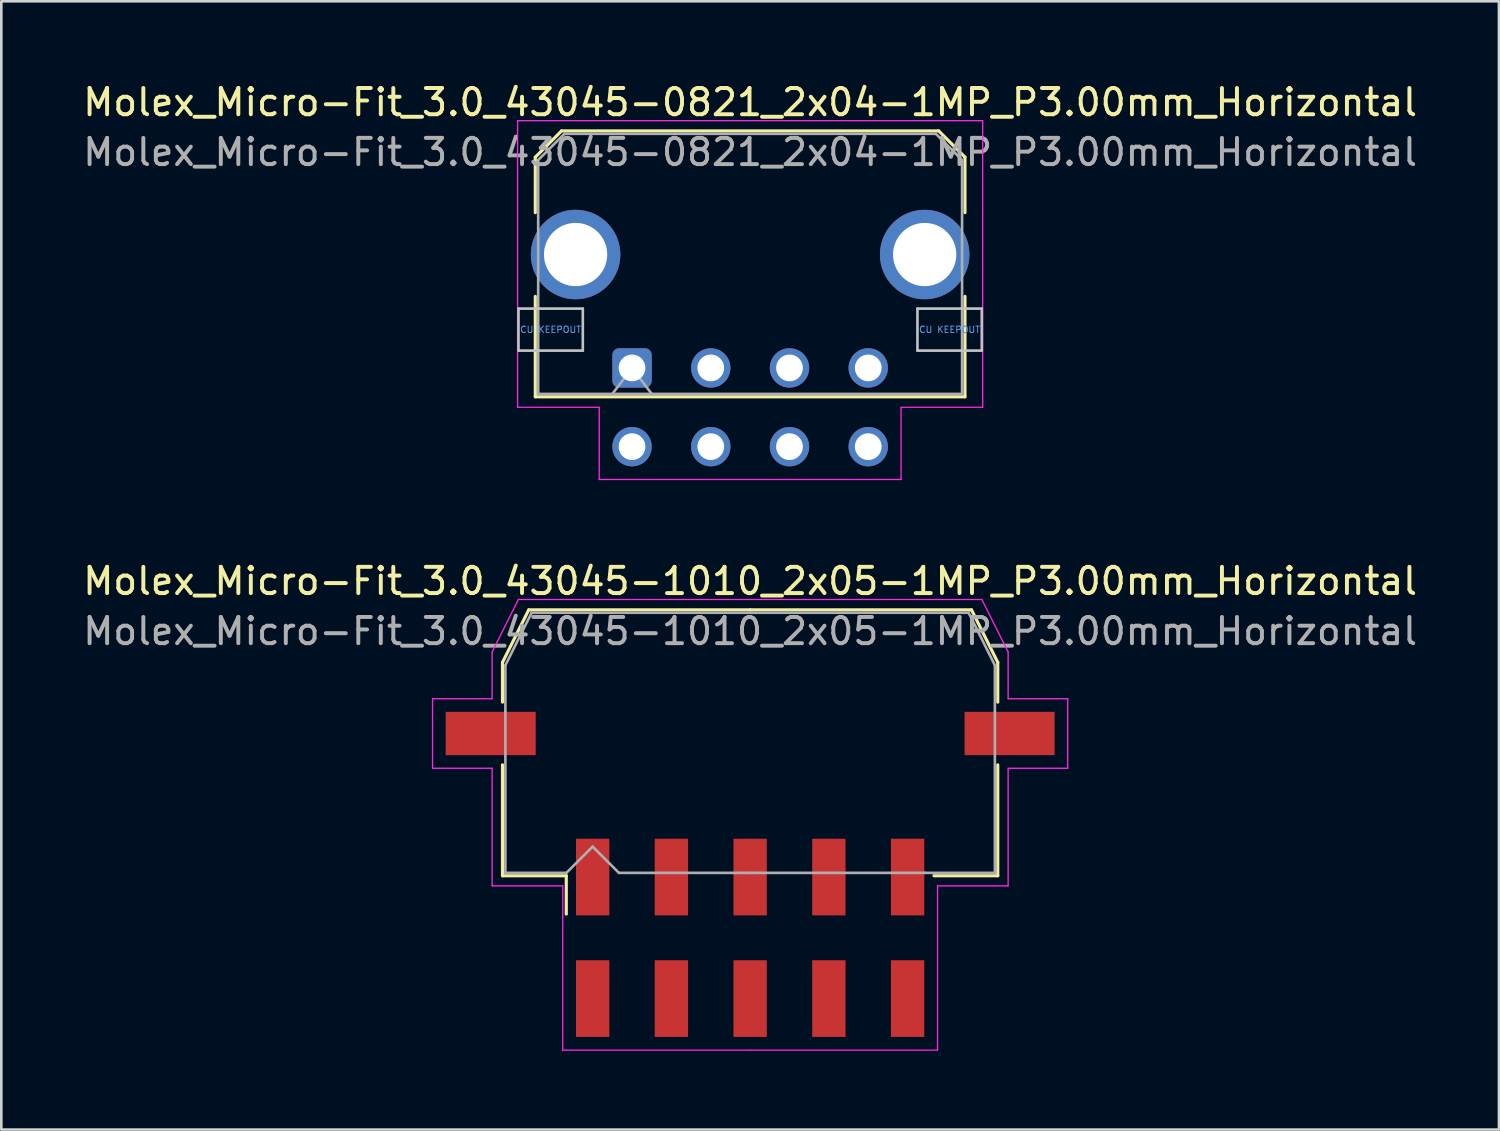
<source format=kicad_pcb>
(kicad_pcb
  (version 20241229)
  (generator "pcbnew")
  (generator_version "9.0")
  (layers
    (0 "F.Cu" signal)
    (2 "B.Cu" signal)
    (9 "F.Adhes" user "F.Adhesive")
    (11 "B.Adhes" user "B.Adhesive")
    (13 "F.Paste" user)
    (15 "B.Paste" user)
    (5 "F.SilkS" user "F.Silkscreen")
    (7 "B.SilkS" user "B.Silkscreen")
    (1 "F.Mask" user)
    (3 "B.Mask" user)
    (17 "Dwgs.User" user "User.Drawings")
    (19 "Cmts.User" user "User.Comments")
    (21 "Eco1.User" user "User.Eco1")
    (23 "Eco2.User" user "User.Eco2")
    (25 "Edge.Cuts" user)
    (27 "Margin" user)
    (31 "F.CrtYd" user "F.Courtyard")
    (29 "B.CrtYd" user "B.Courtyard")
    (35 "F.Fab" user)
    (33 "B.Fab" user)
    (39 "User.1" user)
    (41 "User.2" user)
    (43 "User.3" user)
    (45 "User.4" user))
  (footprint "Molex_Micro-Fit_3.0_43045-0821_2x04-1MP_P3.00mm_Horizontal"
    (layer "F.Cu")
    (at 21.03 10.968)
    (property "Reference" "Molex_Micro-Fit_3.0_43045-0821_2x04-1MP_P3.00mm_Horizontal" (at 4.5 -10.12 0) (layer "F.SilkS") (effects (font (size 1 1) (thickness 0.15))))
    (attr through_hole)
    (fp_line (start -3.685 -8.03) (end -2.685 -9.03) (stroke (width 0.12) (type solid)) (layer "F.SilkS"))
    (fp_line (start -3.685 -5.915) (end -3.685 -8.03) (stroke (width 0.12) (type solid)) (layer "F.SilkS"))
    (fp_line (start -3.685 -2.725) (end -3.685 1.1) (stroke (width 0.12) (type solid)) (layer "F.SilkS"))
    (fp_line (start -3.685 1.1) (end 12.685 1.1) (stroke (width 0.12) (type solid)) (layer "F.SilkS"))
    (fp_line (start -2.685 -9.03) (end 11.685 -9.03) (stroke (width 0.12) (type solid)) (layer "F.SilkS"))
    (fp_line (start 11.685 -9.03) (end 12.685 -8.03) (stroke (width 0.12) (type solid)) (layer "F.SilkS"))
    (fp_line (start 12.685 -8.03) (end 12.685 -5.915) (stroke (width 0.12) (type solid)) (layer "F.SilkS"))
    (fp_line (start 12.685 1.1) (end 12.685 -2.725) (stroke (width 0.12) (type solid)) (layer "F.SilkS"))
    (fp_line (start -4.325 -2.26) (end -4.325 -0.66) (stroke (width 0.1) (type solid)) (layer "Dwgs.User"))
    (fp_line (start -4.325 -0.66) (end -1.875 -0.66) (stroke (width 0.1) (type solid)) (layer "Dwgs.User"))
    (fp_line (start -1.875 -2.26) (end -4.325 -2.26) (stroke (width 0.1) (type solid)) (layer "Dwgs.User"))
    (fp_line (start -1.875 -0.66) (end -1.875 -2.26) (stroke (width 0.1) (type solid)) (layer "Dwgs.User"))
    (fp_line (start 10.875 -2.26) (end 10.875 -0.66) (stroke (width 0.1) (type solid)) (layer "Dwgs.User"))
    (fp_line (start 10.875 -0.66) (end 13.325 -0.66) (stroke (width 0.1) (type solid)) (layer "Dwgs.User"))
    (fp_line (start 13.325 -2.26) (end 10.875 -2.26) (stroke (width 0.1) (type solid)) (layer "Dwgs.User"))
    (fp_line (start 13.325 -0.66) (end 13.325 -2.26) (stroke (width 0.1) (type solid)) (layer "Dwgs.User"))
    (fp_line (start -4.36 -9.42) (end 13.36 -9.42) (stroke (width 0.05) (type solid)) (layer "F.CrtYd"))
    (fp_line (start -4.36 1.5) (end -4.36 -9.42) (stroke (width 0.05) (type solid)) (layer "F.CrtYd"))
    (fp_line (start -1.25 1.5) (end -4.36 1.5) (stroke (width 0.05) (type solid)) (layer "F.CrtYd"))
    (fp_line (start -1.25 4.25) (end -1.25 1.5) (stroke (width 0.05) (type solid)) (layer "F.CrtYd"))
    (fp_line (start 10.25 1.5) (end 10.25 4.25) (stroke (width 0.05) (type solid)) (layer "F.CrtYd"))
    (fp_line (start 10.25 4.25) (end -1.25 4.25) (stroke (width 0.05) (type solid)) (layer "F.CrtYd"))
    (fp_line (start 13.36 -9.42) (end 13.36 1.5) (stroke (width 0.05) (type solid)) (layer "F.CrtYd"))
    (fp_line (start 13.36 1.5) (end 10.25 1.5) (stroke (width 0.05) (type solid)) (layer "F.CrtYd"))
    (fp_line (start -3.575 -7.92) (end -2.575 -8.92) (stroke (width 0.1) (type solid)) (layer "F.Fab"))
    (fp_line (start -3.575 0.99) (end -3.575 -7.92) (stroke (width 0.1) (type solid)) (layer "F.Fab"))
    (fp_line (start -2.575 -8.92) (end 11.575 -8.92) (stroke (width 0.1) (type solid)) (layer "F.Fab"))
    (fp_line (start -0.75 0.99) (end 0 0) (stroke (width 0.1) (type solid)) (layer "F.Fab"))
    (fp_line (start 0 0) (end 0.75 0.99) (stroke (width 0.1) (type solid)) (layer "F.Fab"))
    (fp_line (start 11.575 -8.92) (end 12.575 -7.92) (stroke (width 0.1) (type solid)) (layer "F.Fab"))
    (fp_line (start 12.575 -7.92) (end 12.575 0.99) (stroke (width 0.1) (type solid)) (layer "F.Fab"))
    (fp_line (start 12.575 0.99) (end -3.575 0.99) (stroke (width 0.1) (type solid)) (layer "F.Fab"))
    (fp_text user "CU KEEPOUT" (at 12.1 -1.46 0) (layer "Cmts.User") (effects (font (size 0.245 0.245) (thickness 0.037))))
    (fp_text user "CU KEEPOUT" (at -3.1 -1.46 0) (layer "Cmts.User") (effects (font (size 0.245 0.245) (thickness 0.037))))
    (fp_text user "${REFERENCE}" (at 4.5 -8.22 0) (layer "F.Fab") (effects (font (size 1 1) (thickness 0.15))))
    (pad "1" thru_hole roundrect (at 0 0) (size 1.5 1.5) (drill 1.02) (layers "*.Cu" "*.Mask") (roundrect_rratio 0.167))
    (pad "2" thru_hole circle (at 3 0) (size 1.5 1.5) (drill 1.02) (layers "*.Cu" "*.Mask"))
    (pad "3" thru_hole circle (at 6 0) (size 1.5 1.5) (drill 1.02) (layers "*.Cu" "*.Mask"))
    (pad "4" thru_hole circle (at 9 0) (size 1.5 1.5) (drill 1.02) (layers "*.Cu" "*.Mask"))
    (pad "5" thru_hole circle (at 0 3) (size 1.5 1.5) (drill 1.02) (layers "*.Cu" "*.Mask"))
    (pad "6" thru_hole circle (at 3 3) (size 1.5 1.5) (drill 1.02) (layers "*.Cu" "*.Mask"))
    (pad "7" thru_hole circle (at 6 3) (size 1.5 1.5) (drill 1.02) (layers "*.Cu" "*.Mask"))
    (pad "8" thru_hole circle (at 9 3) (size 1.5 1.5) (drill 1.02) (layers "*.Cu" "*.Mask"))
    (pad "MP" thru_hole circle (at -2.15 -4.32) (size 3.41 3.41) (drill 2.41) (layers "*.Cu" "*.Mask"))
    (pad "MP" thru_hole circle (at 11.15 -4.32) (size 3.41 3.41) (drill 2.41) (layers "*.Cu" "*.Mask")))
  (footprint "Molex_Micro-Fit_3.0_43045-1010_2x05-1MP_P3.00mm_Horizontal"
    (layer "F.Cu")
    (at 25.53 32.681)
    (property "Reference" "Molex_Micro-Fit_3.0_43045-1010_2x05-1MP_P3.00mm_Horizontal" (at 0 -13.59 0) (layer "F.SilkS") (effects (font (size 1 1) (thickness 0.15))))
    (attr smd)
    (fp_line (start -9.435 -10.495) (end -9.435 -8.98) (stroke (width 0.12) (type solid)) (layer "F.SilkS"))
    (fp_line (start -9.435 -6.59) (end -9.435 -2.365) (stroke (width 0.12) (type solid)) (layer "F.SilkS"))
    (fp_line (start -9.435 -2.365) (end -7.005 -2.365) (stroke (width 0.12) (type solid)) (layer "F.SilkS"))
    (fp_line (start -8.435 -12.495) (end -9.435 -10.495) (stroke (width 0.12) (type solid)) (layer "F.SilkS"))
    (fp_line (start -7.005 -2.365) (end -7.005 -0.905) (stroke (width 0.12) (type solid)) (layer "F.SilkS"))
    (fp_line (start 0 -12.495) (end -8.435 -12.495) (stroke (width 0.12) (type solid)) (layer "F.SilkS"))
    (fp_line (start 0 -12.495) (end 8.435 -12.495) (stroke (width 0.12) (type solid)) (layer "F.SilkS"))
    (fp_line (start 8.435 -12.495) (end 9.435 -10.495) (stroke (width 0.12) (type solid)) (layer "F.SilkS"))
    (fp_line (start 9.435 -10.495) (end 9.435 -8.98) (stroke (width 0.12) (type solid)) (layer "F.SilkS"))
    (fp_line (start 9.435 -6.59) (end 9.435 -2.365) (stroke (width 0.12) (type solid)) (layer "F.SilkS"))
    (fp_line (start 9.435 -2.365) (end 7.005 -2.365) (stroke (width 0.12) (type solid)) (layer "F.SilkS"))
    (fp_line (start -12.1 -9.11) (end -12.1 -6.46) (stroke (width 0.05) (type solid)) (layer "F.CrtYd"))
    (fp_line (start -12.1 -6.46) (end -9.83 -6.46) (stroke (width 0.05) (type solid)) (layer "F.CrtYd"))
    (fp_line (start -9.83 -10.89) (end -9.83 -9.11) (stroke (width 0.05) (type solid)) (layer "F.CrtYd"))
    (fp_line (start -9.83 -9.11) (end -12.1 -9.11) (stroke (width 0.05) (type solid)) (layer "F.CrtYd"))
    (fp_line (start -9.83 -6.46) (end -9.83 -1.98) (stroke (width 0.05) (type solid)) (layer "F.CrtYd"))
    (fp_line (start -9.83 -1.98) (end -7.14 -1.98) (stroke (width 0.05) (type solid)) (layer "F.CrtYd"))
    (fp_line (start -8.83 -12.89) (end -9.83 -10.89) (stroke (width 0.05) (type solid)) (layer "F.CrtYd"))
    (fp_line (start -7.14 -1.98) (end -7.14 4.28) (stroke (width 0.05) (type solid)) (layer "F.CrtYd"))
    (fp_line (start -7.14 4.28) (end 0 4.28) (stroke (width 0.05) (type solid)) (layer "F.CrtYd"))
    (fp_line (start 0 -12.89) (end -8.83 -12.89) (stroke (width 0.05) (type solid)) (layer "F.CrtYd"))
    (fp_line (start 0 -12.89) (end 8.83 -12.89) (stroke (width 0.05) (type solid)) (layer "F.CrtYd"))
    (fp_line (start 7.14 -1.98) (end 7.14 4.28) (stroke (width 0.05) (type solid)) (layer "F.CrtYd"))
    (fp_line (start 7.14 4.28) (end 0 4.28) (stroke (width 0.05) (type solid)) (layer "F.CrtYd"))
    (fp_line (start 8.83 -12.89) (end 9.83 -10.89) (stroke (width 0.05) (type solid)) (layer "F.CrtYd"))
    (fp_line (start 9.83 -10.89) (end 9.83 -9.11) (stroke (width 0.05) (type solid)) (layer "F.CrtYd"))
    (fp_line (start 9.83 -9.11) (end 12.1 -9.11) (stroke (width 0.05) (type solid)) (layer "F.CrtYd"))
    (fp_line (start 9.83 -6.46) (end 9.83 -1.98) (stroke (width 0.05) (type solid)) (layer "F.CrtYd"))
    (fp_line (start 9.83 -1.98) (end 7.14 -1.98) (stroke (width 0.05) (type solid)) (layer "F.CrtYd"))
    (fp_line (start 12.1 -9.11) (end 12.1 -6.46) (stroke (width 0.05) (type solid)) (layer "F.CrtYd"))
    (fp_line (start 12.1 -6.46) (end 9.83 -6.46) (stroke (width 0.05) (type solid)) (layer "F.CrtYd"))
    (fp_line (start -9.325 -10.385) (end -9.325 -8.61) (stroke (width 0.1) (type solid)) (layer "F.Fab"))
    (fp_line (start -9.325 -8.61) (end -9.325 -2.475) (stroke (width 0.1) (type solid)) (layer "F.Fab"))
    (fp_line (start -9.325 -2.475) (end -7 -2.475) (stroke (width 0.1) (type solid)) (layer "F.Fab"))
    (fp_line (start -8.325 -12.385) (end -9.325 -10.385) (stroke (width 0.1) (type solid)) (layer "F.Fab"))
    (fp_line (start -7 -2.475) (end -6 -3.475) (stroke (width 0.1) (type solid)) (layer "F.Fab"))
    (fp_line (start -6 -3.475) (end -5 -2.475) (stroke (width 0.1) (type solid)) (layer "F.Fab"))
    (fp_line (start -5 -2.475) (end 0 -2.475) (stroke (width 0.1) (type solid)) (layer "F.Fab"))
    (fp_line (start 0 -12.385) (end -8.325 -12.385) (stroke (width 0.1) (type solid)) (layer "F.Fab"))
    (fp_line (start 0 -12.385) (end 8.325 -12.385) (stroke (width 0.1) (type solid)) (layer "F.Fab"))
    (fp_line (start 6.635 -2.475) (end 0 -2.475) (stroke (width 0.1) (type solid)) (layer "F.Fab"))
    (fp_line (start 8.325 -12.385) (end 9.325 -10.385) (stroke (width 0.1) (type solid)) (layer "F.Fab"))
    (fp_line (start 9.325 -10.385) (end 9.325 -8.61) (stroke (width 0.1) (type solid)) (layer "F.Fab"))
    (fp_line (start 9.325 -8.61) (end 9.325 -2.475) (stroke (width 0.1) (type solid)) (layer "F.Fab"))
    (fp_line (start 9.325 -2.475) (end 6.635 -2.475) (stroke (width 0.1) (type solid)) (layer "F.Fab"))
    (fp_text user "${REFERENCE}" (at 0 -11.68 0) (layer "F.Fab") (effects (font (size 1 1) (thickness 0.15))))
    (pad "1" smd rect (at -6 -2.315) (size 1.27 2.92) (layers "F.Cu" "F.Mask" "F.Paste"))
    (pad "2" smd rect (at -3 -2.315) (size 1.27 2.92) (layers "F.Cu" "F.Mask" "F.Paste"))
    (pad "3" smd rect (at 0 -2.315) (size 1.27 2.92) (layers "F.Cu" "F.Mask" "F.Paste"))
    (pad "4" smd rect (at 3 -2.315) (size 1.27 2.92) (layers "F.Cu" "F.Mask" "F.Paste"))
    (pad "5" smd rect (at 6 -2.315) (size 1.27 2.92) (layers "F.Cu" "F.Mask" "F.Paste"))
    (pad "6" smd rect (at -6 2.315) (size 1.27 2.92) (layers "F.Cu" "F.Mask" "F.Paste"))
    (pad "7" smd rect (at -3 2.315) (size 1.27 2.92) (layers "F.Cu" "F.Mask" "F.Paste"))
    (pad "8" smd rect (at 0 2.315) (size 1.27 2.92) (layers "F.Cu" "F.Mask" "F.Paste"))
    (pad "9" smd rect (at 3 2.315) (size 1.27 2.92) (layers "F.Cu" "F.Mask" "F.Paste"))
    (pad "10" smd rect (at 6 2.315) (size 1.27 2.92) (layers "F.Cu" "F.Mask" "F.Paste"))
    (pad "MP" smd rect (at -9.885 -7.785) (size 3.43 1.65) (layers "F.Cu" "F.Mask" "F.Paste"))
    (pad "MP" smd rect (at 9.885 -7.785) (size 3.43 1.65) (layers "F.Cu" "F.Mask" "F.Paste")))
  (gr_rect
    (start -3 -3)
    (end 54.06 39.986)
    (stroke (width 0.1) (type default))
    (fill no)
    (layer "Edge.Cuts")))
</source>
